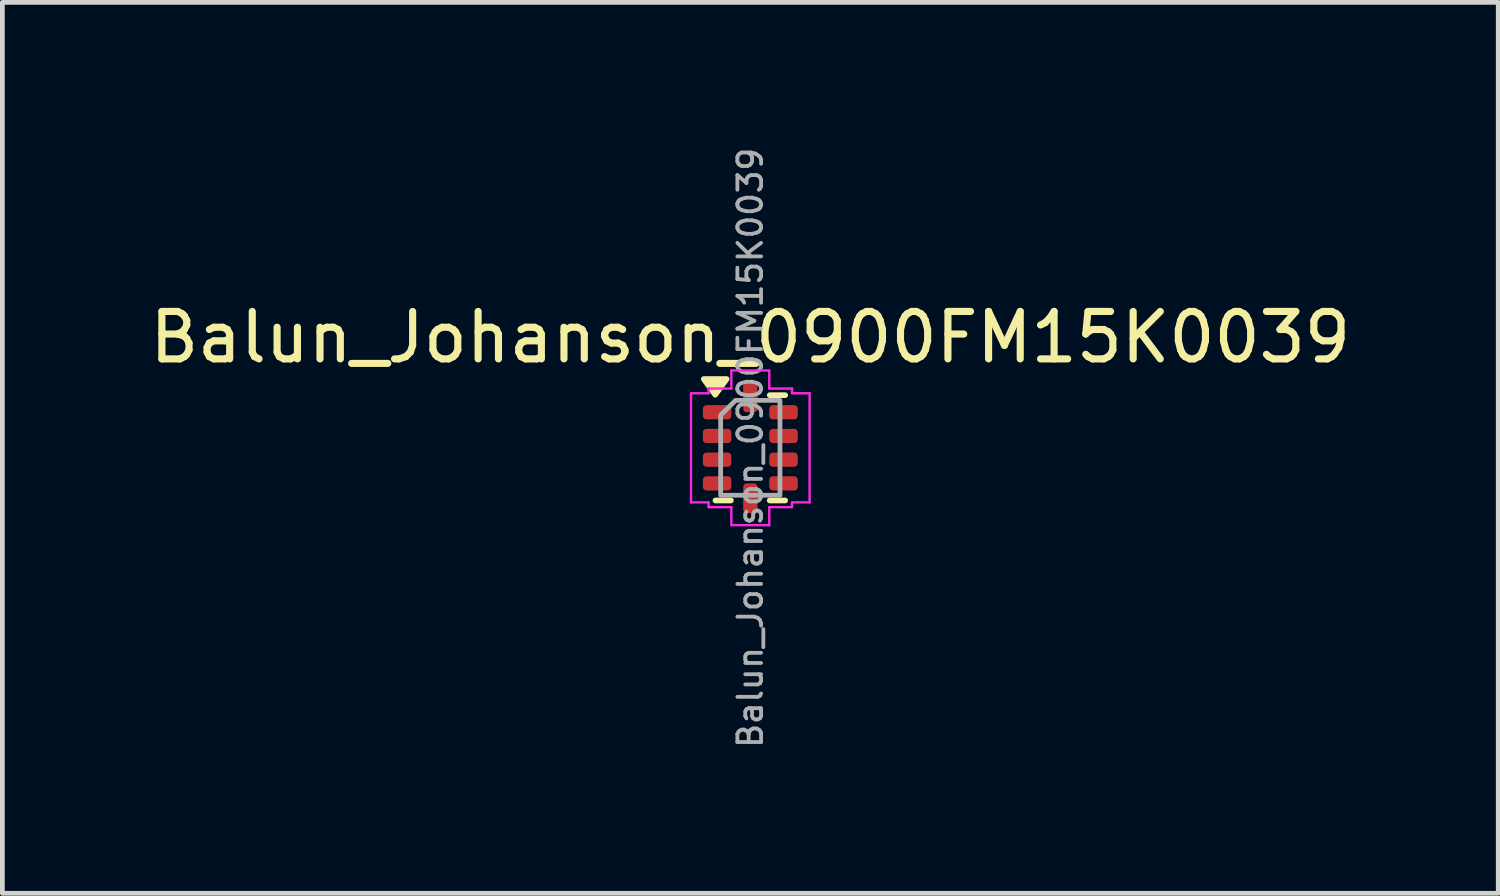
<source format=kicad_pcb>
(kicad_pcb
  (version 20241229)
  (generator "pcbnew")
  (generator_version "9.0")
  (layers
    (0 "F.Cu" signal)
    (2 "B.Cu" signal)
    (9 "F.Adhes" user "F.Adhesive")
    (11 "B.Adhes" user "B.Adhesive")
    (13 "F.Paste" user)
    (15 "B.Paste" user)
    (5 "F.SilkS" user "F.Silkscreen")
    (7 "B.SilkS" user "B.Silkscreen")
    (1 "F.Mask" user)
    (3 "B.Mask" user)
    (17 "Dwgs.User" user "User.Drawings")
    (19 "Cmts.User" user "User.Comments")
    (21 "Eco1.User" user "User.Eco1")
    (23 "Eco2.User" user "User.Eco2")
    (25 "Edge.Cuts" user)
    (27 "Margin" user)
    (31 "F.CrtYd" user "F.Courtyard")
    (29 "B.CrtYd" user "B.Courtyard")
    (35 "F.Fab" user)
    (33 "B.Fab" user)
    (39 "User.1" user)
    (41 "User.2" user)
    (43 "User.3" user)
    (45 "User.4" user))
  (footprint "Balun_Johanson_0900FM15K0039"
    (layer "F.Cu")
    (at 12.768 6.391)
    (property "Reference" "Balun_Johanson_0900FM15K0039" (at 0 -2.33 0) (layer "F.SilkS") (effects (font (size 1 1) (thickness 0.15))))
    (attr smd)
    (fp_line (start -0.41 1.11) (end -0.735 1.11) (stroke (width 0.12) (type solid)) (layer "F.SilkS"))
    (fp_line (start 0.41 -1.11) (end 0.735 -1.11) (stroke (width 0.12) (type solid)) (layer "F.SilkS"))
    (fp_line (start 0.41 1.11) (end 0.735 1.11) (stroke (width 0.12) (type solid)) (layer "F.SilkS"))
    (fp_poly (pts (xy -0.74 -1.12) (xy -0.98 -1.45) (xy -0.5 -1.45)) (stroke (width 0.12) (type solid)) (fill yes) (layer "F.SilkS"))
    (fp_line (start -1.25 -1.15) (end -0.88 -1.15) (stroke (width 0.05) (type solid)) (layer "F.CrtYd"))
    (fp_line (start -1.25 1.15) (end -1.25 -1.15) (stroke (width 0.05) (type solid)) (layer "F.CrtYd"))
    (fp_line (start -0.88 -1.25) (end -0.4 -1.25) (stroke (width 0.05) (type solid)) (layer "F.CrtYd"))
    (fp_line (start -0.88 -1.15) (end -0.88 -1.25) (stroke (width 0.05) (type solid)) (layer "F.CrtYd"))
    (fp_line (start -0.88 1.15) (end -1.25 1.15) (stroke (width 0.05) (type solid)) (layer "F.CrtYd"))
    (fp_line (start -0.88 1.25) (end -0.88 1.15) (stroke (width 0.05) (type solid)) (layer "F.CrtYd"))
    (fp_line (start -0.4 -1.63) (end 0.4 -1.63) (stroke (width 0.05) (type solid)) (layer "F.CrtYd"))
    (fp_line (start -0.4 -1.25) (end -0.4 -1.63) (stroke (width 0.05) (type solid)) (layer "F.CrtYd"))
    (fp_line (start -0.4 1.25) (end -0.88 1.25) (stroke (width 0.05) (type solid)) (layer "F.CrtYd"))
    (fp_line (start -0.4 1.63) (end -0.4 1.25) (stroke (width 0.05) (type solid)) (layer "F.CrtYd"))
    (fp_line (start 0.4 -1.63) (end 0.4 -1.25) (stroke (width 0.05) (type solid)) (layer "F.CrtYd"))
    (fp_line (start 0.4 -1.25) (end 0.88 -1.25) (stroke (width 0.05) (type solid)) (layer "F.CrtYd"))
    (fp_line (start 0.4 1.25) (end 0.4 1.63) (stroke (width 0.05) (type solid)) (layer "F.CrtYd"))
    (fp_line (start 0.4 1.63) (end -0.4 1.63) (stroke (width 0.05) (type solid)) (layer "F.CrtYd"))
    (fp_line (start 0.88 -1.25) (end 0.88 -1.15) (stroke (width 0.05) (type solid)) (layer "F.CrtYd"))
    (fp_line (start 0.88 -1.15) (end 1.25 -1.15) (stroke (width 0.05) (type solid)) (layer "F.CrtYd"))
    (fp_line (start 0.88 1.15) (end 0.88 1.25) (stroke (width 0.05) (type solid)) (layer "F.CrtYd"))
    (fp_line (start 0.88 1.25) (end 0.4 1.25) (stroke (width 0.05) (type solid)) (layer "F.CrtYd"))
    (fp_line (start 1.25 -1.15) (end 1.25 1.15) (stroke (width 0.05) (type solid)) (layer "F.CrtYd"))
    (fp_line (start 1.25 1.15) (end 0.88 1.15) (stroke (width 0.05) (type solid)) (layer "F.CrtYd"))
    (fp_poly (pts (xy -0.625 -0.688) (xy -0.625 1) (xy 0.625 1) (xy 0.625 -1) (xy -0.312 -1)) (stroke (width 0.1) (type solid)) (fill no) (layer "F.Fab"))
    (fp_text user "${REFERENCE}" (at 0 0 90) (layer "F.Fab") (effects (font (size 0.5 0.5) (thickness 0.08))))
    (pad "1" smd roundrect (at -0.7 -0.75) (size 0.6 0.3) (layers "F.Cu" "F.Mask" "F.Paste") (roundrect_rratio 0.25))
    (pad "2" smd roundrect (at -0.7 -0.25) (size 0.6 0.3) (layers "F.Cu" "F.Mask" "F.Paste") (roundrect_rratio 0.25))
    (pad "3" smd roundrect (at -0.7 0.25) (size 0.6 0.3) (layers "F.Cu" "F.Mask" "F.Paste") (roundrect_rratio 0.25))
    (pad "4" smd roundrect (at -0.7 0.75) (size 0.6 0.3) (layers "F.Cu" "F.Mask" "F.Paste") (roundrect_rratio 0.25))
    (pad "5" smd roundrect (at 0 1.062) (size 0.3 0.625) (layers "F.Cu" "F.Mask" "F.Paste") (roundrect_rratio 0.25))
    (pad "6" smd roundrect (at 0.7 0.75) (size 0.6 0.3) (layers "F.Cu" "F.Mask" "F.Paste") (roundrect_rratio 0.25))
    (pad "7" smd roundrect (at 0.7 0.25) (size 0.6 0.3) (layers "F.Cu" "F.Mask" "F.Paste") (roundrect_rratio 0.25))
    (pad "8" smd roundrect (at 0.7 -0.25) (size 0.6 0.3) (layers "F.Cu" "F.Mask" "F.Paste") (roundrect_rratio 0.25))
    (pad "9" smd roundrect (at 0.7 -0.75) (size 0.6 0.3) (layers "F.Cu" "F.Mask" "F.Paste") (roundrect_rratio 0.25))
    (pad "10" smd roundrect (at 0 -1.062) (size 0.3 0.625) (layers "F.Cu" "F.Mask" "F.Paste") (roundrect_rratio 0.25)))
  (gr_rect
    (start -3 -3)
    (end 28.536 15.783)
    (stroke (width 0.1) (type default))
    (fill no)
    (layer "Edge.Cuts")))
</source>
